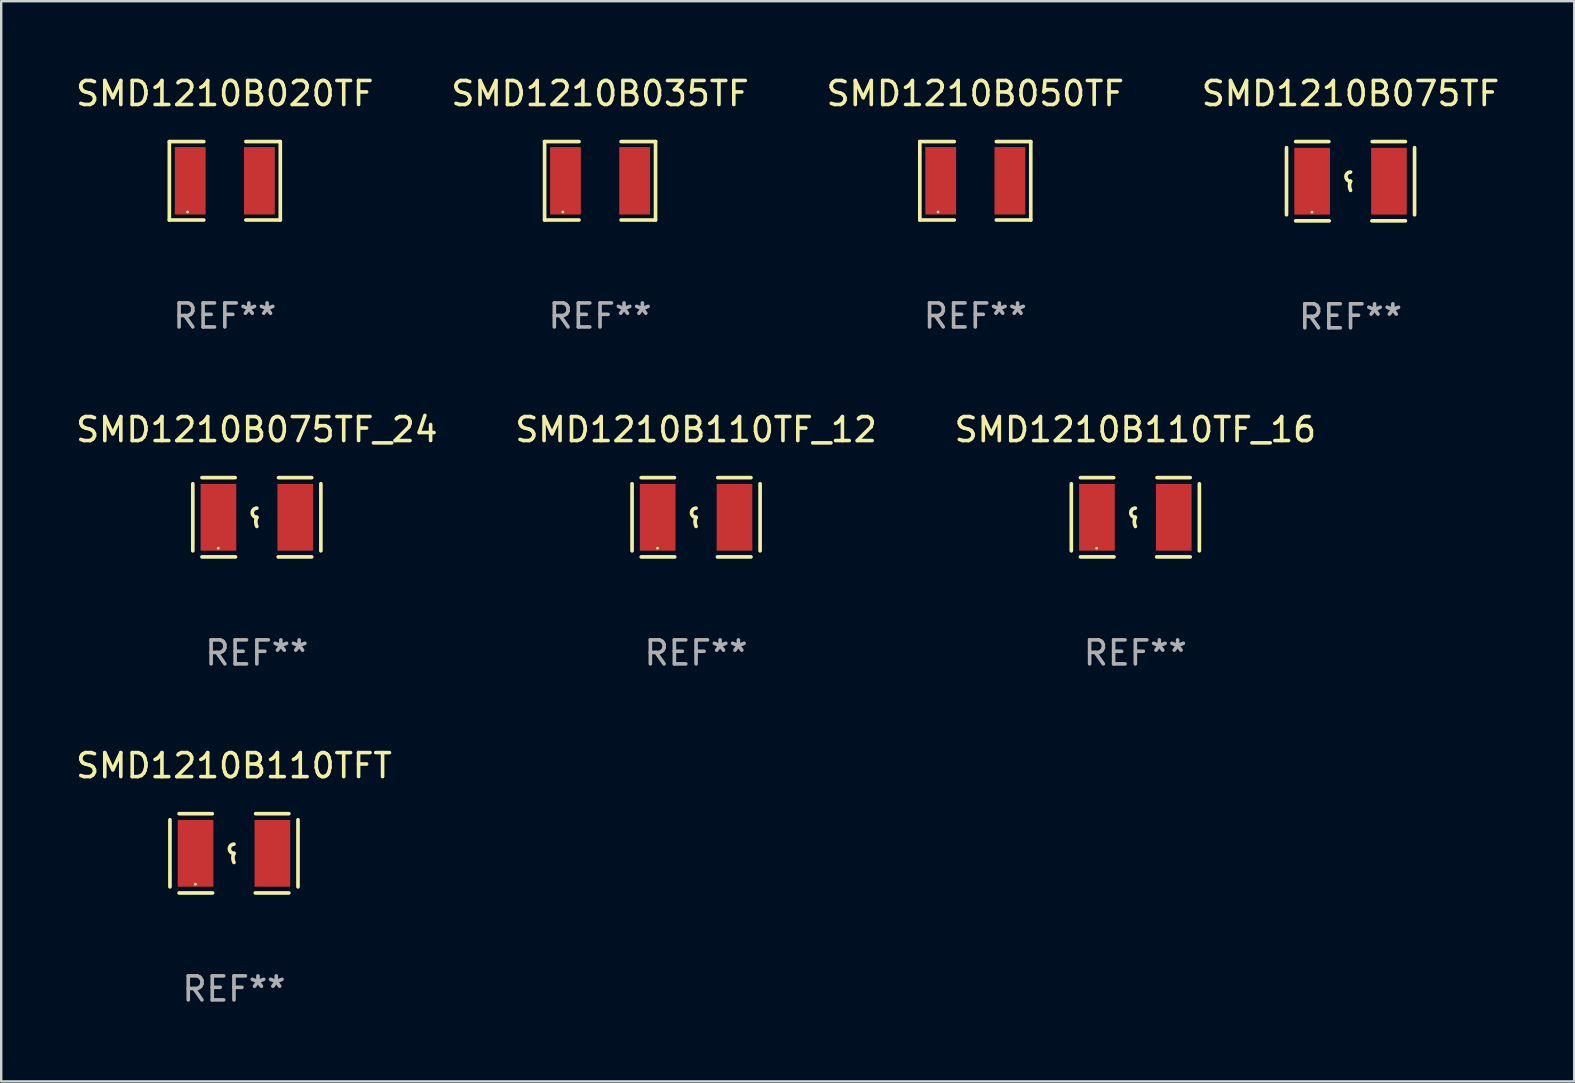
<source format=kicad_pcb>
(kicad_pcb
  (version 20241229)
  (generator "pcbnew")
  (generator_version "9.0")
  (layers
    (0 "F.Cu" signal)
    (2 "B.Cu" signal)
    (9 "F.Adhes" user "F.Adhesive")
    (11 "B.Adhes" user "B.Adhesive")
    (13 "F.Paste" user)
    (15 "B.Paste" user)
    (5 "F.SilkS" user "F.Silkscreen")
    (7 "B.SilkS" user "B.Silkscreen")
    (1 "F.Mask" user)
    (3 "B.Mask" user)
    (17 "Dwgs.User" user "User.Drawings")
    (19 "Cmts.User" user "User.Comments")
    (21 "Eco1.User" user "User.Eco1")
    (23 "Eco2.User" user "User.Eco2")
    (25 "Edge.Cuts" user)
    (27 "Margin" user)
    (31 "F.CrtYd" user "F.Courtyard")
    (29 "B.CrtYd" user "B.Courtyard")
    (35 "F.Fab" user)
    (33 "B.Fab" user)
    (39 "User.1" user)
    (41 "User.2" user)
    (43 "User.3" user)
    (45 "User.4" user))
  (footprint "SMD1210B075TF_24"
    (layer "F.Cu")
    (at 7.649 18.498)
    (property "Reference" "SMD1210B075TF_24" (at 0 -3.651 0) (layer "F.SilkS") (effects (font (size 1 1) (thickness 0.15))))
    (attr through_hole)
    (fp_line (start -2.667 -1.397) (end -2.667 1.397) (stroke (width 0.152) (type solid)) (layer "F.SilkS"))
    (fp_line (start -2.286 -1.651) (end -0.903 -1.651) (stroke (width 0.152) (type solid)) (layer "F.SilkS"))
    (fp_line (start -0.889 1.651) (end -2.286 1.651) (stroke (width 0.152) (type solid)) (layer "F.SilkS"))
    (fp_line (start 0.889 1.651) (end 2.286 1.651) (stroke (width 0.152) (type solid)) (layer "F.SilkS"))
    (fp_line (start 2.286 -1.651) (end 0.903 -1.651) (stroke (width 0.152) (type solid)) (layer "F.SilkS"))
    (fp_line (start 2.667 -1.397) (end 2.667 1.397) (stroke (width 0.152) (type solid)) (layer "F.SilkS"))
    (fp_arc (start 0 0) (mid -0.1905 -0.1905) (end 0 -0.381) (stroke (width 0.151994) (type solid)) (layer "F.SilkS"))
    (fp_arc (start 0 0.381001) (mid -0.044971 0.1905) (end 0 0) (stroke (width 0.151994) (type solid)) (layer "F.SilkS"))
    (fp_circle (center -1.608 1.288) (end -1.578 1.288) (stroke (width 0.06) (type solid)) (fill no) (layer "F.SilkS"))
    (fp_text user "REF**" (at 0 5.651 0) (layer "F.Fab") (effects (font (size 1 1) (thickness 0.15))))
    (pad "1" smd rect (at -1.6 0) (size 1.485 2.781) (layers "F.Cu" "F.Mask" "F.Paste"))
    (pad "2" smd rect (at 1.6 0) (size 1.485 2.781) (layers "F.Cu" "F.Mask" "F.Paste")))
  (footprint "SMD1210B020TF"
    (layer "F.Cu")
    (at 6.315 4.481)
    (property "Reference" "SMD1210B020TF" (at 0 -3.633 0) (layer "F.SilkS") (effects (font (size 1 1) (thickness 0.15))))
    (attr through_hole)
    (fp_line (start -2.311 -1.633) (end -0.876 -1.633) (stroke (width 0.152) (type solid)) (layer "F.SilkS"))
    (fp_line (start -2.311 1.633) (end -2.311 -1.633) (stroke (width 0.152) (type solid)) (layer "F.SilkS"))
    (fp_line (start -0.876 1.633) (end -2.311 1.633) (stroke (width 0.152) (type solid)) (layer "F.SilkS"))
    (fp_line (start 0.876 1.633) (end 2.311 1.633) (stroke (width 0.152) (type solid)) (layer "F.SilkS"))
    (fp_line (start 2.311 -1.633) (end 0.876 -1.633) (stroke (width 0.152) (type solid)) (layer "F.SilkS"))
    (fp_line (start 2.311 1.633) (end 2.311 -1.633) (stroke (width 0.152) (type solid)) (layer "F.SilkS"))
    (fp_circle (center -1.55 1.3) (end -1.52 1.3) (stroke (width 0.06) (type solid)) (fill no) (layer "F.SilkS"))
    (fp_text user "REF**" (at 0 5.633 0) (layer "F.Fab") (effects (font (size 1 1) (thickness 0.15))))
    (pad "1" smd rect (at -1.441 0) (size 1.283 2.808) (layers "F.Cu" "F.Mask" "F.Paste"))
    (pad "2" smd rect (at 1.441 0) (size 1.283 2.808) (layers "F.Cu" "F.Mask" "F.Paste")))
  (footprint "SMD1210B075TF"
    (layer "F.Cu")
    (at 53.208 4.499)
    (property "Reference" "SMD1210B075TF" (at 0 -3.651 0) (layer "F.SilkS") (effects (font (size 1 1) (thickness 0.15))))
    (attr through_hole)
    (fp_line (start -2.667 -1.397) (end -2.667 1.397) (stroke (width 0.152) (type solid)) (layer "F.SilkS"))
    (fp_line (start -2.286 -1.651) (end -0.903 -1.651) (stroke (width 0.152) (type solid)) (layer "F.SilkS"))
    (fp_line (start -0.889 1.651) (end -2.286 1.651) (stroke (width 0.152) (type solid)) (layer "F.SilkS"))
    (fp_line (start 0.889 1.651) (end 2.286 1.651) (stroke (width 0.152) (type solid)) (layer "F.SilkS"))
    (fp_line (start 2.286 -1.651) (end 0.903 -1.651) (stroke (width 0.152) (type solid)) (layer "F.SilkS"))
    (fp_line (start 2.667 -1.397) (end 2.667 1.397) (stroke (width 0.152) (type solid)) (layer "F.SilkS"))
    (fp_arc (start 0 0) (mid -0.1905 -0.1905) (end 0 -0.381) (stroke (width 0.151994) (type solid)) (layer "F.SilkS"))
    (fp_arc (start 0 0.381001) (mid -0.044971 0.1905) (end 0 0) (stroke (width 0.151994) (type solid)) (layer "F.SilkS"))
    (fp_circle (center -1.608 1.288) (end -1.578 1.288) (stroke (width 0.06) (type solid)) (fill no) (layer "F.SilkS"))
    (fp_text user "REF**" (at 0 5.651 0) (layer "F.Fab") (effects (font (size 1 1) (thickness 0.15))))
    (pad "1" smd rect (at -1.6 0) (size 1.485 2.781) (layers "F.Cu" "F.Mask" "F.Paste"))
    (pad "2" smd rect (at 1.6 0) (size 1.485 2.781) (layers "F.Cu" "F.Mask" "F.Paste")))
  (footprint "SMD1210B050TF"
    (layer "F.Cu")
    (at 37.577 4.481)
    (property "Reference" "SMD1210B050TF" (at 0 -3.633 0) (layer "F.SilkS") (effects (font (size 1 1) (thickness 0.15))))
    (attr through_hole)
    (fp_line (start -2.311 -1.633) (end -0.876 -1.633) (stroke (width 0.152) (type solid)) (layer "F.SilkS"))
    (fp_line (start -2.311 1.633) (end -2.311 -1.633) (stroke (width 0.152) (type solid)) (layer "F.SilkS"))
    (fp_line (start -0.876 1.633) (end -2.311 1.633) (stroke (width 0.152) (type solid)) (layer "F.SilkS"))
    (fp_line (start 0.876 1.633) (end 2.311 1.633) (stroke (width 0.152) (type solid)) (layer "F.SilkS"))
    (fp_line (start 2.311 -1.633) (end 0.876 -1.633) (stroke (width 0.152) (type solid)) (layer "F.SilkS"))
    (fp_line (start 2.311 1.633) (end 2.311 -1.633) (stroke (width 0.152) (type solid)) (layer "F.SilkS"))
    (fp_circle (center -1.55 1.3) (end -1.52 1.3) (stroke (width 0.06) (type solid)) (fill no) (layer "F.SilkS"))
    (fp_text user "REF**" (at 0 5.633 0) (layer "F.Fab") (effects (font (size 1 1) (thickness 0.15))))
    (pad "1" smd rect (at -1.441 0) (size 1.283 2.808) (layers "F.Cu" "F.Mask" "F.Paste"))
    (pad "2" smd rect (at 1.441 0) (size 1.283 2.808) (layers "F.Cu" "F.Mask" "F.Paste")))
  (footprint "SMD1210B110TF_12"
    (layer "F.Cu")
    (at 25.946 18.498)
    (property "Reference" "SMD1210B110TF_12" (at 0 -3.651 0) (layer "F.SilkS") (effects (font (size 1 1) (thickness 0.15))))
    (attr through_hole)
    (fp_line (start -2.667 -1.397) (end -2.667 1.397) (stroke (width 0.152) (type solid)) (layer "F.SilkS"))
    (fp_line (start -2.286 -1.651) (end -0.903 -1.651) (stroke (width 0.152) (type solid)) (layer "F.SilkS"))
    (fp_line (start -0.889 1.651) (end -2.286 1.651) (stroke (width 0.152) (type solid)) (layer "F.SilkS"))
    (fp_line (start 0.889 1.651) (end 2.286 1.651) (stroke (width 0.152) (type solid)) (layer "F.SilkS"))
    (fp_line (start 2.286 -1.651) (end 0.903 -1.651) (stroke (width 0.152) (type solid)) (layer "F.SilkS"))
    (fp_line (start 2.667 -1.397) (end 2.667 1.397) (stroke (width 0.152) (type solid)) (layer "F.SilkS"))
    (fp_arc (start 0 0) (mid -0.1905 -0.1905) (end 0 -0.381) (stroke (width 0.151994) (type solid)) (layer "F.SilkS"))
    (fp_arc (start 0 0.381001) (mid -0.044971 0.1905) (end 0 0) (stroke (width 0.151994) (type solid)) (layer "F.SilkS"))
    (fp_circle (center -1.608 1.288) (end -1.578 1.288) (stroke (width 0.06) (type solid)) (fill no) (layer "F.SilkS"))
    (fp_text user "REF**" (at 0 5.651 0) (layer "F.Fab") (effects (font (size 1 1) (thickness 0.15))))
    (pad "1" smd rect (at -1.6 0) (size 1.485 2.781) (layers "F.Cu" "F.Mask" "F.Paste"))
    (pad "2" smd rect (at 1.6 0) (size 1.485 2.781) (layers "F.Cu" "F.Mask" "F.Paste")))
  (footprint "SMD1210B110TF_16"
    (layer "F.Cu")
    (at 44.244 18.498)
    (property "Reference" "SMD1210B110TF_16" (at 0 -3.651 0) (layer "F.SilkS") (effects (font (size 1 1) (thickness 0.15))))
    (attr through_hole)
    (fp_line (start -2.667 -1.397) (end -2.667 1.397) (stroke (width 0.152) (type solid)) (layer "F.SilkS"))
    (fp_line (start -2.286 -1.651) (end -0.903 -1.651) (stroke (width 0.152) (type solid)) (layer "F.SilkS"))
    (fp_line (start -0.889 1.651) (end -2.286 1.651) (stroke (width 0.152) (type solid)) (layer "F.SilkS"))
    (fp_line (start 0.889 1.651) (end 2.286 1.651) (stroke (width 0.152) (type solid)) (layer "F.SilkS"))
    (fp_line (start 2.286 -1.651) (end 0.903 -1.651) (stroke (width 0.152) (type solid)) (layer "F.SilkS"))
    (fp_line (start 2.667 -1.397) (end 2.667 1.397) (stroke (width 0.152) (type solid)) (layer "F.SilkS"))
    (fp_arc (start 0 0) (mid -0.1905 -0.1905) (end 0 -0.381) (stroke (width 0.151994) (type solid)) (layer "F.SilkS"))
    (fp_arc (start 0 0.381001) (mid -0.044971 0.1905) (end 0 0) (stroke (width 0.151994) (type solid)) (layer "F.SilkS"))
    (fp_circle (center -1.608 1.288) (end -1.578 1.288) (stroke (width 0.06) (type solid)) (fill no) (layer "F.SilkS"))
    (fp_text user "REF**" (at 0 5.651 0) (layer "F.Fab") (effects (font (size 1 1) (thickness 0.15))))
    (pad "1" smd rect (at -1.6 0) (size 1.485 2.781) (layers "F.Cu" "F.Mask" "F.Paste"))
    (pad "2" smd rect (at 1.6 0) (size 1.485 2.781) (layers "F.Cu" "F.Mask" "F.Paste")))
  (footprint "SMD1210B035TF"
    (layer "F.Cu")
    (at 21.946 4.481)
    (property "Reference" "SMD1210B035TF" (at 0 -3.633 0) (layer "F.SilkS") (effects (font (size 1 1) (thickness 0.15))))
    (attr through_hole)
    (fp_line (start -2.311 -1.633) (end -0.876 -1.633) (stroke (width 0.152) (type solid)) (layer "F.SilkS"))
    (fp_line (start -2.311 1.633) (end -2.311 -1.633) (stroke (width 0.152) (type solid)) (layer "F.SilkS"))
    (fp_line (start -0.876 1.633) (end -2.311 1.633) (stroke (width 0.152) (type solid)) (layer "F.SilkS"))
    (fp_line (start 0.876 1.633) (end 2.311 1.633) (stroke (width 0.152) (type solid)) (layer "F.SilkS"))
    (fp_line (start 2.311 -1.633) (end 0.876 -1.633) (stroke (width 0.152) (type solid)) (layer "F.SilkS"))
    (fp_line (start 2.311 1.633) (end 2.311 -1.633) (stroke (width 0.152) (type solid)) (layer "F.SilkS"))
    (fp_circle (center -1.55 1.3) (end -1.52 1.3) (stroke (width 0.06) (type solid)) (fill no) (layer "F.SilkS"))
    (fp_text user "REF**" (at 0 5.633 0) (layer "F.Fab") (effects (font (size 1 1) (thickness 0.15))))
    (pad "1" smd rect (at -1.441 0) (size 1.283 2.808) (layers "F.Cu" "F.Mask" "F.Paste"))
    (pad "2" smd rect (at 1.441 0) (size 1.283 2.808) (layers "F.Cu" "F.Mask" "F.Paste")))
  (footprint "SMD1210B110TFT"
    (layer "F.Cu")
    (at 6.696 32.496)
    (property "Reference" "SMD1210B110TFT" (at 0 -3.651 0) (layer "F.SilkS") (effects (font (size 1 1) (thickness 0.15))))
    (attr through_hole)
    (fp_line (start -2.667 -1.397) (end -2.667 1.397) (stroke (width 0.152) (type solid)) (layer "F.SilkS"))
    (fp_line (start -2.286 -1.651) (end -0.903 -1.651) (stroke (width 0.152) (type solid)) (layer "F.SilkS"))
    (fp_line (start -0.889 1.651) (end -2.286 1.651) (stroke (width 0.152) (type solid)) (layer "F.SilkS"))
    (fp_line (start 0.889 1.651) (end 2.286 1.651) (stroke (width 0.152) (type solid)) (layer "F.SilkS"))
    (fp_line (start 2.286 -1.651) (end 0.903 -1.651) (stroke (width 0.152) (type solid)) (layer "F.SilkS"))
    (fp_line (start 2.667 -1.397) (end 2.667 1.397) (stroke (width 0.152) (type solid)) (layer "F.SilkS"))
    (fp_arc (start 0 0) (mid -0.1905 -0.1905) (end 0 -0.381) (stroke (width 0.151994) (type solid)) (layer "F.SilkS"))
    (fp_arc (start 0 0.381001) (mid -0.044971 0.1905) (end 0 0) (stroke (width 0.151994) (type solid)) (layer "F.SilkS"))
    (fp_circle (center -1.608 1.288) (end -1.578 1.288) (stroke (width 0.06) (type solid)) (fill no) (layer "F.SilkS"))
    (fp_text user "REF**" (at 0 5.651 0) (layer "F.Fab") (effects (font (size 1 1) (thickness 0.15))))
    (pad "1" smd rect (at -1.6 0) (size 1.485 2.781) (layers "F.Cu" "F.Mask" "F.Paste"))
    (pad "2" smd rect (at 1.6 0) (size 1.485 2.781) (layers "F.Cu" "F.Mask" "F.Paste")))
  (gr_rect
    (start -3 -3)
    (end 62.524 41.996)
    (stroke (width 0.1) (type default))
    (fill no)
    (layer "Edge.Cuts")))
</source>
